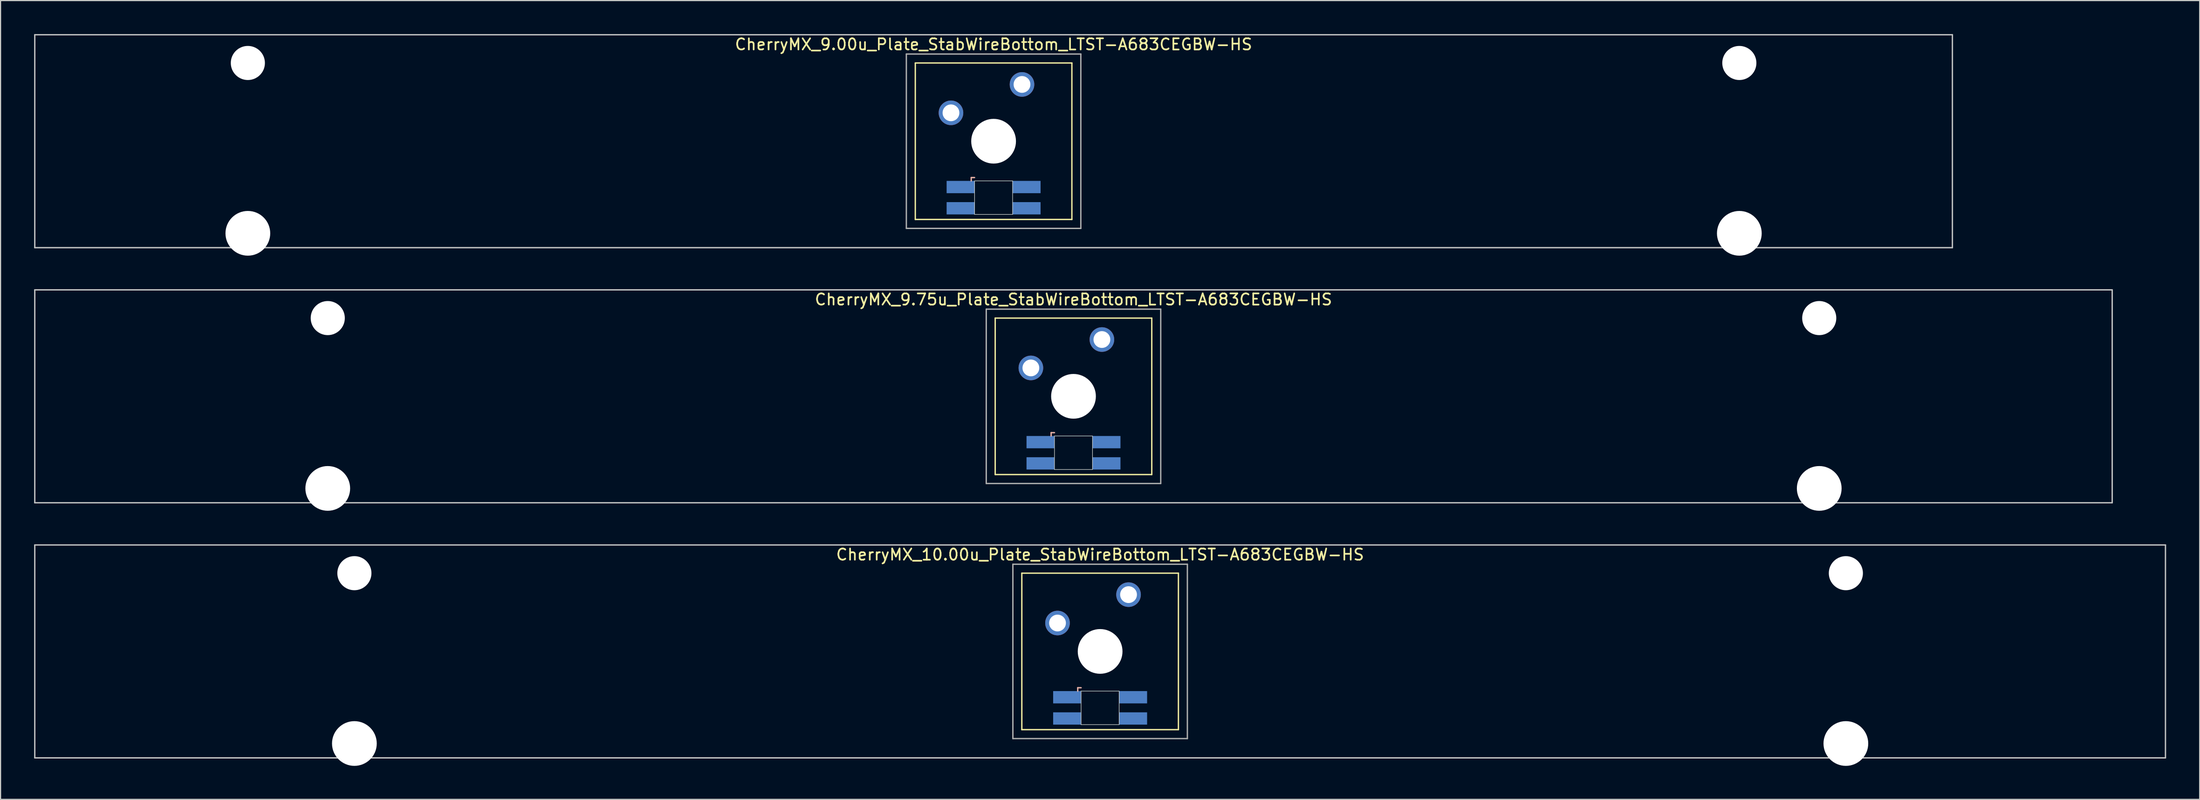
<source format=kicad_pcb>
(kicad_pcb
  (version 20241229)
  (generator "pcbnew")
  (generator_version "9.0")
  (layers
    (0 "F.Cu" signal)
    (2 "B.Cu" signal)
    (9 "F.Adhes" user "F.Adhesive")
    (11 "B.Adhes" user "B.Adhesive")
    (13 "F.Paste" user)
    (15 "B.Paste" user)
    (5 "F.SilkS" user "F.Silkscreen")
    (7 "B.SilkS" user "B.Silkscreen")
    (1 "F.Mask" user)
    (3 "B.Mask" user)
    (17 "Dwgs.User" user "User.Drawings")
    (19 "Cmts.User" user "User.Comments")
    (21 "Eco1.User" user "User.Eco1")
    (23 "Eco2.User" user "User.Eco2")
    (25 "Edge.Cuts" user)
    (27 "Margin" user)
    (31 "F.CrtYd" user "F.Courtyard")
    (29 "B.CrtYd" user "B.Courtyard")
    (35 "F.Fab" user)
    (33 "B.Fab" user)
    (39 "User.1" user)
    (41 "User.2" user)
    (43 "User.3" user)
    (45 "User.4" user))
  (footprint "CherryMX_9.00u_Plate_StabWireBottom_LTST-A683CEGBW-HS"
    (layer "F.Cu")
    (at 85.785 9.585)
    (property "Reference" "CherryMX_9.00u_Plate_StabWireBottom_LTST-A683CEGBW-HS" (at 0 -8.662 0) (layer "F.SilkS") (effects (font (size 1 1) (thickness 0.15))))
    (attr through_hole)
    (fp_line (start -7 -7) (end -7 7) (stroke (width 0.12) (type solid)) (layer "F.SilkS"))
    (fp_line (start -7 -7) (end 7 -7) (stroke (width 0.12) (type solid)) (layer "F.SilkS"))
    (fp_line (start 7 -7) (end 7 7) (stroke (width 0.12) (type solid)) (layer "F.SilkS"))
    (fp_line (start 7 7) (end -7 7) (stroke (width 0.12) (type solid)) (layer "F.SilkS"))
    (fp_line (start -2 3.25) (end -2 3.55) (stroke (width 0.12) (type solid)) (layer "B.SilkS"))
    (fp_line (start -1.7 3.25) (end -2 3.25) (stroke (width 0.12) (type solid)) (layer "B.SilkS"))
    (fp_line (start -85.725 -9.525) (end 85.725 -9.525) (stroke (width 0.12) (type solid)) (layer "Dwgs.User"))
    (fp_line (start -85.725 9.525) (end -85.725 -9.525) (stroke (width 0.12) (type solid)) (layer "Dwgs.User"))
    (fp_line (start 85.725 -9.525) (end 85.725 9.525) (stroke (width 0.12) (type solid)) (layer "Dwgs.User"))
    (fp_line (start 85.725 9.525) (end -85.725 9.525) (stroke (width 0.12) (type solid)) (layer "Dwgs.User"))
    (fp_line (start -1.7 3.55) (end 1.7 3.55) (stroke (width 0.05) (type solid)) (layer "Edge.Cuts"))
    (fp_line (start -1.7 6.55) (end -1.7 3.55) (stroke (width 0.05) (type solid)) (layer "Edge.Cuts"))
    (fp_line (start 1.7 3.55) (end 1.7 6.55) (stroke (width 0.05) (type solid)) (layer "Edge.Cuts"))
    (fp_line (start 1.7 6.55) (end -1.7 6.55) (stroke (width 0.05) (type solid)) (layer "Edge.Cuts"))
    (fp_line (start -7.8 -7.8) (end -7.8 7.8) (stroke (width 0.12) (type solid)) (layer "F.Fab"))
    (fp_line (start -7.8 -7.8) (end 7.8 -7.8) (stroke (width 0.12) (type solid)) (layer "F.Fab"))
    (fp_line (start -7.8 7.8) (end 7.8 7.8) (stroke (width 0.12) (type solid)) (layer "F.Fab"))
    (fp_line (start 7.8 -7.8) (end 7.8 7.8) (stroke (width 0.12) (type solid)) (layer "F.Fab"))
    (pad "" np_thru_hole circle (at -66.675 -7) (size 3.05 3.05) (drill 3.05) (layers "*.Cu" "*.Mask"))
    (pad "" np_thru_hole circle (at -66.675 8.24) (size 4 4) (drill 4) (layers "*.Cu" "*.Mask"))
    (pad "" np_thru_hole circle (at 0 0) (size 4 4) (drill 4) (layers "*.Cu" "*.Mask"))
    (pad "" np_thru_hole circle (at 66.675 -7) (size 3.05 3.05) (drill 3.05) (layers "*.Cu" "*.Mask"))
    (pad "" np_thru_hole circle (at 66.675 8.24) (size 4 4) (drill 4) (layers "*.Cu" "*.Mask"))
    (pad "1" thru_hole circle (at -3.81 -2.54) (size 2.2 2.2) (drill 1.5) (layers "*.Cu" "*.Mask"))
    (pad "2" thru_hole circle (at 2.54 -5.08) (size 2.2 2.2) (drill 1.5) (layers "*.Cu" "*.Mask"))
    (pad "3" smd rect (at -2.95 4.1) (size 2.5 1.1) (layers "B.Cu" "B.Mask" "B.Paste"))
    (pad "4" smd rect (at -2.95 6) (size 2.5 1.1) (layers "B.Cu" "B.Mask" "B.Paste"))
    (pad "5" smd rect (at 2.95 4.1) (size 2.5 1.1) (layers "B.Cu" "B.Mask" "B.Paste"))
    (pad "6" smd rect (at 2.95 6) (size 2.5 1.1) (layers "B.Cu" "B.Mask" "B.Paste")))
  (footprint "CherryMX_10.00u_Plate_StabWireBottom_LTST-A683CEGBW-HS"
    (layer "F.Cu")
    (at 95.31 55.235)
    (property "Reference" "CherryMX_10.00u_Plate_StabWireBottom_LTST-A683CEGBW-HS" (at 0 -8.662 0) (layer "F.SilkS") (effects (font (size 1 1) (thickness 0.15))))
    (attr through_hole)
    (fp_line (start -7 -7) (end -7 7) (stroke (width 0.12) (type solid)) (layer "F.SilkS"))
    (fp_line (start -7 -7) (end 7 -7) (stroke (width 0.12) (type solid)) (layer "F.SilkS"))
    (fp_line (start 7 -7) (end 7 7) (stroke (width 0.12) (type solid)) (layer "F.SilkS"))
    (fp_line (start 7 7) (end -7 7) (stroke (width 0.12) (type solid)) (layer "F.SilkS"))
    (fp_line (start -2 3.25) (end -2 3.55) (stroke (width 0.12) (type solid)) (layer "B.SilkS"))
    (fp_line (start -1.7 3.25) (end -2 3.25) (stroke (width 0.12) (type solid)) (layer "B.SilkS"))
    (fp_line (start -95.25 -9.525) (end 95.25 -9.525) (stroke (width 0.12) (type solid)) (layer "Dwgs.User"))
    (fp_line (start -95.25 9.525) (end -95.25 -9.525) (stroke (width 0.12) (type solid)) (layer "Dwgs.User"))
    (fp_line (start 95.25 -9.525) (end 95.25 9.525) (stroke (width 0.12) (type solid)) (layer "Dwgs.User"))
    (fp_line (start 95.25 9.525) (end -95.25 9.525) (stroke (width 0.12) (type solid)) (layer "Dwgs.User"))
    (fp_line (start -1.7 3.55) (end 1.7 3.55) (stroke (width 0.05) (type solid)) (layer "Edge.Cuts"))
    (fp_line (start -1.7 6.55) (end -1.7 3.55) (stroke (width 0.05) (type solid)) (layer "Edge.Cuts"))
    (fp_line (start 1.7 3.55) (end 1.7 6.55) (stroke (width 0.05) (type solid)) (layer "Edge.Cuts"))
    (fp_line (start 1.7 6.55) (end -1.7 6.55) (stroke (width 0.05) (type solid)) (layer "Edge.Cuts"))
    (fp_line (start -7.8 -7.8) (end -7.8 7.8) (stroke (width 0.12) (type solid)) (layer "F.Fab"))
    (fp_line (start -7.8 -7.8) (end 7.8 -7.8) (stroke (width 0.12) (type solid)) (layer "F.Fab"))
    (fp_line (start -7.8 7.8) (end 7.8 7.8) (stroke (width 0.12) (type solid)) (layer "F.Fab"))
    (fp_line (start 7.8 -7.8) (end 7.8 7.8) (stroke (width 0.12) (type solid)) (layer "F.Fab"))
    (pad "" np_thru_hole circle (at -66.675 -7) (size 3.05 3.05) (drill 3.05) (layers "*.Cu" "*.Mask"))
    (pad "" np_thru_hole circle (at -66.675 8.24) (size 4 4) (drill 4) (layers "*.Cu" "*.Mask"))
    (pad "" np_thru_hole circle (at 0 0) (size 4 4) (drill 4) (layers "*.Cu" "*.Mask"))
    (pad "" np_thru_hole circle (at 66.675 -7) (size 3.05 3.05) (drill 3.05) (layers "*.Cu" "*.Mask"))
    (pad "" np_thru_hole circle (at 66.675 8.24) (size 4 4) (drill 4) (layers "*.Cu" "*.Mask"))
    (pad "1" thru_hole circle (at -3.81 -2.54) (size 2.2 2.2) (drill 1.5) (layers "*.Cu" "*.Mask"))
    (pad "2" thru_hole circle (at 2.54 -5.08) (size 2.2 2.2) (drill 1.5) (layers "*.Cu" "*.Mask"))
    (pad "3" smd rect (at -2.95 4.1) (size 2.5 1.1) (layers "B.Cu" "B.Mask" "B.Paste"))
    (pad "4" smd rect (at -2.95 6) (size 2.5 1.1) (layers "B.Cu" "B.Mask" "B.Paste"))
    (pad "5" smd rect (at 2.95 4.1) (size 2.5 1.1) (layers "B.Cu" "B.Mask" "B.Paste"))
    (pad "6" smd rect (at 2.95 6) (size 2.5 1.1) (layers "B.Cu" "B.Mask" "B.Paste")))
  (footprint "CherryMX_9.75u_Plate_StabWireBottom_LTST-A683CEGBW-HS"
    (layer "F.Cu")
    (at 92.929 32.41)
    (property "Reference" "CherryMX_9.75u_Plate_StabWireBottom_LTST-A683CEGBW-HS" (at 0 -8.662 0) (layer "F.SilkS") (effects (font (size 1 1) (thickness 0.15))))
    (attr through_hole)
    (fp_line (start -7 -7) (end -7 7) (stroke (width 0.12) (type solid)) (layer "F.SilkS"))
    (fp_line (start -7 -7) (end 7 -7) (stroke (width 0.12) (type solid)) (layer "F.SilkS"))
    (fp_line (start 7 -7) (end 7 7) (stroke (width 0.12) (type solid)) (layer "F.SilkS"))
    (fp_line (start 7 7) (end -7 7) (stroke (width 0.12) (type solid)) (layer "F.SilkS"))
    (fp_line (start -2 3.25) (end -2 3.55) (stroke (width 0.12) (type solid)) (layer "B.SilkS"))
    (fp_line (start -1.7 3.25) (end -2 3.25) (stroke (width 0.12) (type solid)) (layer "B.SilkS"))
    (fp_line (start -92.869 -9.525) (end 92.869 -9.525) (stroke (width 0.12) (type solid)) (layer "Dwgs.User"))
    (fp_line (start -92.869 9.525) (end -92.869 -9.525) (stroke (width 0.12) (type solid)) (layer "Dwgs.User"))
    (fp_line (start 92.869 -9.525) (end 92.869 9.525) (stroke (width 0.12) (type solid)) (layer "Dwgs.User"))
    (fp_line (start 92.869 9.525) (end -92.869 9.525) (stroke (width 0.12) (type solid)) (layer "Dwgs.User"))
    (fp_line (start -1.7 3.55) (end 1.7 3.55) (stroke (width 0.05) (type solid)) (layer "Edge.Cuts"))
    (fp_line (start -1.7 6.55) (end -1.7 3.55) (stroke (width 0.05) (type solid)) (layer "Edge.Cuts"))
    (fp_line (start 1.7 3.55) (end 1.7 6.55) (stroke (width 0.05) (type solid)) (layer "Edge.Cuts"))
    (fp_line (start 1.7 6.55) (end -1.7 6.55) (stroke (width 0.05) (type solid)) (layer "Edge.Cuts"))
    (fp_line (start -7.8 -7.8) (end -7.8 7.8) (stroke (width 0.12) (type solid)) (layer "F.Fab"))
    (fp_line (start -7.8 -7.8) (end 7.8 -7.8) (stroke (width 0.12) (type solid)) (layer "F.Fab"))
    (fp_line (start -7.8 7.8) (end 7.8 7.8) (stroke (width 0.12) (type solid)) (layer "F.Fab"))
    (fp_line (start 7.8 -7.8) (end 7.8 7.8) (stroke (width 0.12) (type solid)) (layer "F.Fab"))
    (pad "" np_thru_hole circle (at -66.675 -7) (size 3.05 3.05) (drill 3.05) (layers "*.Cu" "*.Mask"))
    (pad "" np_thru_hole circle (at -66.675 8.24) (size 4 4) (drill 4) (layers "*.Cu" "*.Mask"))
    (pad "" np_thru_hole circle (at 0 0) (size 4 4) (drill 4) (layers "*.Cu" "*.Mask"))
    (pad "" np_thru_hole circle (at 66.675 -7) (size 3.05 3.05) (drill 3.05) (layers "*.Cu" "*.Mask"))
    (pad "" np_thru_hole circle (at 66.675 8.24) (size 4 4) (drill 4) (layers "*.Cu" "*.Mask"))
    (pad "1" thru_hole circle (at -3.81 -2.54) (size 2.2 2.2) (drill 1.5) (layers "*.Cu" "*.Mask"))
    (pad "2" thru_hole circle (at 2.54 -5.08) (size 2.2 2.2) (drill 1.5) (layers "*.Cu" "*.Mask"))
    (pad "3" smd rect (at -2.95 4.1) (size 2.5 1.1) (layers "B.Cu" "B.Mask" "B.Paste"))
    (pad "4" smd rect (at -2.95 6) (size 2.5 1.1) (layers "B.Cu" "B.Mask" "B.Paste"))
    (pad "5" smd rect (at 2.95 4.1) (size 2.5 1.1) (layers "B.Cu" "B.Mask" "B.Paste"))
    (pad "6" smd rect (at 2.95 6) (size 2.5 1.1) (layers "B.Cu" "B.Mask" "B.Paste")))
  (gr_rect
    (start -3 -3)
    (end 193.62 68.475)
    (stroke (width 0.1) (type default))
    (fill no)
    (layer "Edge.Cuts")))
</source>
